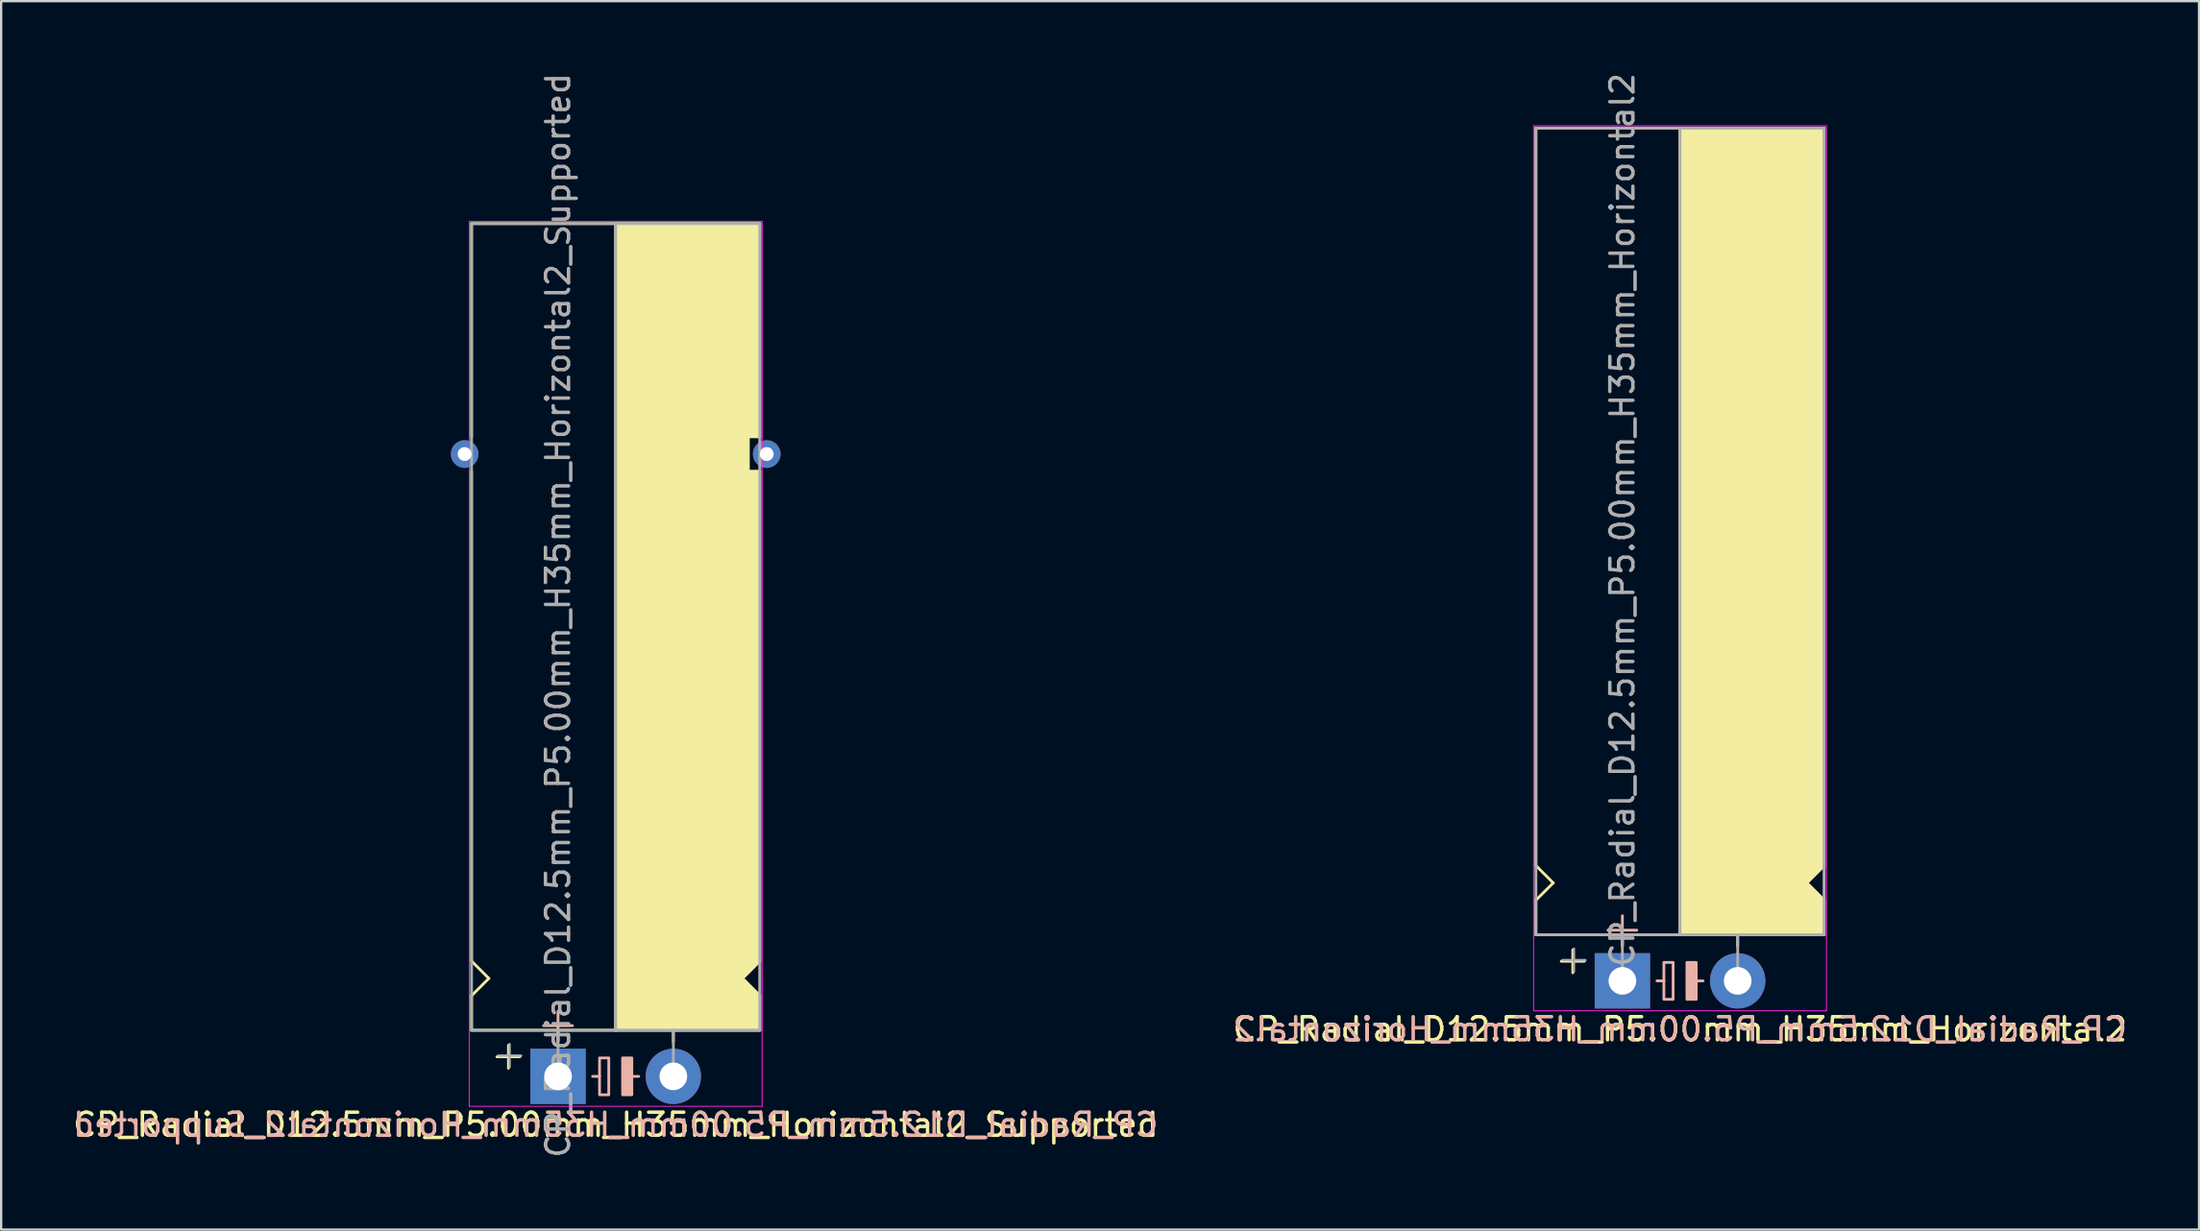
<source format=kicad_pcb>
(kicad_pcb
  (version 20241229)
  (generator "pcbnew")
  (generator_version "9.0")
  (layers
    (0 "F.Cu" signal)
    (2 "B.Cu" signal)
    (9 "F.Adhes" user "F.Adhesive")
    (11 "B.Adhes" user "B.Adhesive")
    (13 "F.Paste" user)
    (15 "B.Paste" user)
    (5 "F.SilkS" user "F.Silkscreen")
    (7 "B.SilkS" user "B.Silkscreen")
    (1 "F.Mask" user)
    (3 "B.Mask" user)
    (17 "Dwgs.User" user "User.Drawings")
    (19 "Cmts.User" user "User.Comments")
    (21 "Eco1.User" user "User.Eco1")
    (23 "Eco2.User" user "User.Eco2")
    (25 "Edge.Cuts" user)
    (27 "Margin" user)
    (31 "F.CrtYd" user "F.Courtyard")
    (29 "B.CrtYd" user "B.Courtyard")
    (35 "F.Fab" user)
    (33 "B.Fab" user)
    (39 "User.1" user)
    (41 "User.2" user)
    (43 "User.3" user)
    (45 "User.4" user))
  (footprint "CP_Radial_D12.5mm_P5.00mm_H35mm_Horizontal2"
    (layer "F.Cu")
    (at 67.304 39.506)
    (property "Reference" "CP_Radial_D12.5mm_P5.00mm_H35mm_Horizontal2" (at 2.5 2.1 180) (layer "F.SilkS") (effects (font (size 1 1) (thickness 0.15))))
    (fp_line (start -3.75 -5) (end -3.75 -37) (stroke (width 0.12) (type solid)) (layer "F.SilkS"))
    (fp_line (start -3.75 -3.5) (end -3 -4.25) (stroke (width 0.12) (type solid)) (layer "F.SilkS"))
    (fp_line (start -3.75 -2) (end -3.75 -3.5) (stroke (width 0.12) (type solid)) (layer "F.SilkS"))
    (fp_line (start -3 -4.25) (end -3.75 -5) (stroke (width 0.12) (type solid)) (layer "F.SilkS"))
    (fp_line (start -2.15 -1.35) (end -2.15 -0.35) (stroke (width 0.12) (type solid)) (layer "F.SilkS"))
    (fp_line (start -1.65 -0.85) (end -2.65 -0.85) (stroke (width 0.12) (type solid)) (layer "F.SilkS"))
    (fp_line (start 0 -1.5) (end 0 -2) (stroke (width 0.12) (type solid)) (layer "F.SilkS"))
    (fp_line (start 2.5 -2) (end -3.75 -2) (stroke (width 0.12) (type solid)) (layer "F.SilkS"))
    (fp_line (start 2.5 -2) (end 2.5 -37) (stroke (width 0.12) (type solid)) (layer "F.SilkS"))
    (fp_line (start 2.5 -2) (end 8.75 -2) (stroke (width 0.12) (type solid)) (layer "F.SilkS"))
    (fp_line (start 5 -1.5) (end 5 -2) (stroke (width 0.12) (type solid)) (layer "F.SilkS"))
    (fp_line (start 8 -4.25) (end 8.75 -5) (stroke (width 0.12) (type solid)) (layer "F.SilkS"))
    (fp_line (start 8.75 -37) (end -3.75 -37) (stroke (width 0.12) (type solid)) (layer "F.SilkS"))
    (fp_line (start 8.75 -5) (end 8.75 -37) (stroke (width 0.12) (type solid)) (layer "F.SilkS"))
    (fp_line (start 8.75 -3.5) (end 8 -4.25) (stroke (width 0.12) (type solid)) (layer "F.SilkS"))
    (fp_line (start 8.75 -2) (end 8.75 -3.5) (stroke (width 0.12) (type solid)) (layer "F.SilkS"))
    (fp_poly (pts (xy 8.75 -3.5) (xy 8 -4.25) (xy 8.75 -5) (xy 8.75 -37) (xy 2.5 -37) (xy 2.5 -2) (xy 8.75 -2)) (stroke (width 0.1) (type solid)) (fill yes) (layer "F.SilkS"))
    (fp_line (start 0 -2.825) (end 0 -1.575) (stroke (width 0.12) (type solid)) (layer "B.SilkS"))
    (fp_line (start 0.625 -2.2) (end -0.625 -2.2) (stroke (width 0.12) (type solid)) (layer "B.SilkS"))
    (fp_line (start 1.8 0) (end 1.5 0) (stroke (width 0.12) (type solid)) (layer "B.SilkS"))
    (fp_line (start 3.5 0) (end 3.2 0) (stroke (width 0.12) (type solid)) (layer "B.SilkS"))
    (fp_rect (start 2.2 -0.8) (end 1.8 0.8) (stroke (width 0.12) (type solid)) (fill no) (layer "B.SilkS"))
    (fp_rect (start 3.2 -0.8) (end 2.8 0.8) (stroke (width 0.12) (type solid)) (fill yes) (layer "B.SilkS"))
    (fp_line (start -3.85 -37.1) (end -3.85 1.3) (stroke (width 0.04) (type solid)) (layer "F.CrtYd"))
    (fp_line (start 8.85 -37.1) (end -3.85 -37.1) (stroke (width 0.04) (type solid)) (layer "F.CrtYd"))
    (fp_line (start 8.85 1.3) (end -3.85 1.3) (stroke (width 0.04) (type solid)) (layer "F.CrtYd"))
    (fp_line (start 8.85 1.3) (end 8.85 -37.1) (stroke (width 0.04) (type solid)) (layer "F.CrtYd"))
    (fp_line (start -3.75 -37) (end 8.75 -37) (stroke (width 0.12) (type solid)) (layer "F.Fab"))
    (fp_line (start -3.75 -2) (end -3.75 -37) (stroke (width 0.12) (type solid)) (layer "F.Fab"))
    (fp_line (start -2.6 -0.9) (end -1.6 -0.9) (stroke (width 0.1) (type solid)) (layer "F.Fab"))
    (fp_line (start -2.1 -0.4) (end -2.1 -1.4) (stroke (width 0.1) (type solid)) (layer "F.Fab"))
    (fp_line (start 0 -2) (end -3.75 -2) (stroke (width 0.12) (type solid)) (layer "F.Fab"))
    (fp_line (start 0 0) (end 0 -2) (stroke (width 0.12) (type solid)) (layer "F.Fab"))
    (fp_line (start 2.5 -2) (end 2.5 -37) (stroke (width 0.12) (type solid)) (layer "F.Fab"))
    (fp_line (start 5 -2) (end 5 0) (stroke (width 0.12) (type solid)) (layer "F.Fab"))
    (fp_line (start 8.75 -37) (end 8.75 -2) (stroke (width 0.12) (type solid)) (layer "F.Fab"))
    (fp_line (start 8.75 -2) (end 0 -2) (stroke (width 0.12) (type solid)) (layer "F.Fab"))
    (fp_poly (pts (xy 8.75 -37) (xy 2.5 -37) (xy 2.5 -2) (xy 8.75 -2)) (stroke (width 0.1) (type solid)) (fill no) (layer "F.Fab"))
    (fp_text user "${REFERENCE}" (at 2.5 2.1 0) (layer "B.SilkS") (effects (font (size 1 1) (thickness 0.15)) (justify mirror)))
    (fp_text user "${REFERENCE}" (at 0 -20 90) (layer "F.Fab") (effects (font (size 1 1) (thickness 0.15))))
    (pad "1" thru_hole rect (at 0 0) (size 2.4 2.4) (drill 1.2) (layers "*.Cu" "*.Mask"))
    (pad "2" thru_hole circle (at 5 0) (size 2.4 2.4) (drill 1.2) (layers "*.Cu" "*.Mask")))
  (footprint "CP_Radial_D12.5mm_P5.00mm_H35mm_Horizontal2_Supported"
    (layer "F.Cu")
    (at 21.149 43.649)
    (property "Reference" "CP_Radial_D12.5mm_P5.00mm_H35mm_Horizontal2_Supported" (at 2.5 2.1 180) (layer "F.SilkS") (effects (font (size 1 1) (thickness 0.15))))
    (fp_line (start -3.75 -37) (end -3.75 -27.75) (stroke (width 0.12) (type solid)) (layer "F.SilkS"))
    (fp_line (start -3.75 -5) (end -3.75 -26.25) (stroke (width 0.12) (type solid)) (layer "F.SilkS"))
    (fp_line (start -3.75 -3.5) (end -3 -4.25) (stroke (width 0.12) (type solid)) (layer "F.SilkS"))
    (fp_line (start -3.75 -2) (end -3.75 -3.5) (stroke (width 0.12) (type solid)) (layer "F.SilkS"))
    (fp_line (start -3 -4.25) (end -3.75 -5) (stroke (width 0.12) (type solid)) (layer "F.SilkS"))
    (fp_line (start -2.15 -1.35) (end -2.15 -0.35) (stroke (width 0.12) (type solid)) (layer "F.SilkS"))
    (fp_line (start -1.65 -0.85) (end -2.65 -0.85) (stroke (width 0.12) (type solid)) (layer "F.SilkS"))
    (fp_line (start 0 -1.5) (end 0 -2) (stroke (width 0.12) (type solid)) (layer "F.SilkS"))
    (fp_line (start 2.5 -2) (end -3.75 -2) (stroke (width 0.12) (type solid)) (layer "F.SilkS"))
    (fp_line (start 2.5 -2) (end 2.5 -37) (stroke (width 0.12) (type solid)) (layer "F.SilkS"))
    (fp_line (start 2.5 -2) (end 8.75 -2) (stroke (width 0.12) (type solid)) (layer "F.SilkS"))
    (fp_line (start 5 -1.5) (end 5 -2) (stroke (width 0.12) (type solid)) (layer "F.SilkS"))
    (fp_line (start 8 -4.25) (end 8.75 -5) (stroke (width 0.12) (type solid)) (layer "F.SilkS"))
    (fp_line (start 8.25 -27.75) (end 8.25 -26.25) (stroke (width 0.12) (type solid)) (layer "F.SilkS"))
    (fp_line (start 8.25 -26.25) (end 8.75 -26.25) (stroke (width 0.12) (type solid)) (layer "F.SilkS"))
    (fp_line (start 8.75 -37) (end -3.75 -37) (stroke (width 0.12) (type solid)) (layer "F.SilkS"))
    (fp_line (start 8.75 -37) (end 8.75 -27.75) (stroke (width 0.12) (type solid)) (layer "F.SilkS"))
    (fp_line (start 8.75 -27.75) (end 8.25 -27.75) (stroke (width 0.12) (type solid)) (layer "F.SilkS"))
    (fp_line (start 8.75 -5) (end 8.75 -26.25) (stroke (width 0.12) (type solid)) (layer "F.SilkS"))
    (fp_line (start 8.75 -3.5) (end 8 -4.25) (stroke (width 0.12) (type solid)) (layer "F.SilkS"))
    (fp_line (start 8.75 -2) (end 8.75 -3.5) (stroke (width 0.12) (type solid)) (layer "F.SilkS"))
    (fp_poly (pts (xy 8.75 -3.5) (xy 8 -4.25) (xy 8.75 -5) (xy 8.75 -26.25) (xy 8.25 -26.25) (xy 8.25 -27.75) (xy 8.75 -27.75) (xy 8.75 -37) (xy 2.5 -37) (xy 2.5 -2) (xy 8.75 -2)) (stroke (width 0.1) (type solid)) (fill yes) (layer "F.SilkS"))
    (fp_line (start 0 -2.825) (end 0 -1.575) (stroke (width 0.12) (type solid)) (layer "B.SilkS"))
    (fp_line (start 0.625 -2.2) (end -0.625 -2.2) (stroke (width 0.12) (type solid)) (layer "B.SilkS"))
    (fp_line (start 1.8 0) (end 1.5 0) (stroke (width 0.12) (type solid)) (layer "B.SilkS"))
    (fp_line (start 3.5 0) (end 3.2 0) (stroke (width 0.12) (type solid)) (layer "B.SilkS"))
    (fp_rect (start 2.2 -0.8) (end 1.8 0.8) (stroke (width 0.12) (type solid)) (fill no) (layer "B.SilkS"))
    (fp_rect (start 3.2 -0.8) (end 2.8 0.8) (stroke (width 0.12) (type solid)) (fill yes) (layer "B.SilkS"))
    (fp_line (start -3.85 -37.1) (end -3.85 1.3) (stroke (width 0.04) (type solid)) (layer "F.CrtYd"))
    (fp_line (start 8.85 -37.1) (end -3.85 -37.1) (stroke (width 0.04) (type solid)) (layer "F.CrtYd"))
    (fp_line (start 8.85 1.3) (end -3.85 1.3) (stroke (width 0.04) (type solid)) (layer "F.CrtYd"))
    (fp_line (start 8.85 1.3) (end 8.85 -37.1) (stroke (width 0.04) (type solid)) (layer "F.CrtYd"))
    (fp_line (start -3.75 -37) (end 8.75 -37) (stroke (width 0.12) (type solid)) (layer "F.Fab"))
    (fp_line (start -3.75 -2) (end -3.75 -37) (stroke (width 0.12) (type solid)) (layer "F.Fab"))
    (fp_line (start -2.6 -0.9) (end -1.6 -0.9) (stroke (width 0.1) (type solid)) (layer "F.Fab"))
    (fp_line (start -2.1 -0.4) (end -2.1 -1.4) (stroke (width 0.1) (type solid)) (layer "F.Fab"))
    (fp_line (start 0 -2) (end -3.75 -2) (stroke (width 0.12) (type solid)) (layer "F.Fab"))
    (fp_line (start 0 0) (end 0 -2) (stroke (width 0.12) (type solid)) (layer "F.Fab"))
    (fp_line (start 2.5 -2) (end 2.5 -37) (stroke (width 0.12) (type solid)) (layer "F.Fab"))
    (fp_line (start 5 -2) (end 5 0) (stroke (width 0.12) (type solid)) (layer "F.Fab"))
    (fp_line (start 8.75 -37) (end 8.75 -2) (stroke (width 0.12) (type solid)) (layer "F.Fab"))
    (fp_line (start 8.75 -2) (end 0 -2) (stroke (width 0.12) (type solid)) (layer "F.Fab"))
    (fp_poly (pts (xy 8.75 -37) (xy 2.5 -37) (xy 2.5 -2) (xy 8.75 -2)) (stroke (width 0.1) (type solid)) (fill no) (layer "F.Fab"))
    (fp_text user "${REFERENCE}" (at 2.5 2.1 0) (layer "B.SilkS") (effects (font (size 1 1) (thickness 0.15)) (justify mirror)))
    (fp_text user "${REFERENCE}" (at 0 -20 90) (layer "F.Fab") (effects (font (size 1 1) (thickness 0.15))))
    (pad "1" thru_hole rect (at 0 0) (size 2.4 2.4) (drill 1.2) (layers "*.Cu" "*.Mask"))
    (pad "2" thru_hole circle (at 5 0) (size 2.4 2.4) (drill 1.2) (layers "*.Cu" "*.Mask"))
    (pad "~" thru_hole circle (at -4.05 -27 180) (size 1.2 1.2) (drill 0.6) (layers "*.Cu" "*.Mask"))
    (pad "~" thru_hole circle (at 9.05 -27 180) (size 1.2 1.2) (drill 0.6) (layers "*.Cu" "*.Mask")))
  (gr_rect
    (start -3 -3)
    (end 92.31 50.298)
    (stroke (width 0.1) (type default))
    (fill no)
    (layer "Edge.Cuts")))
</source>
